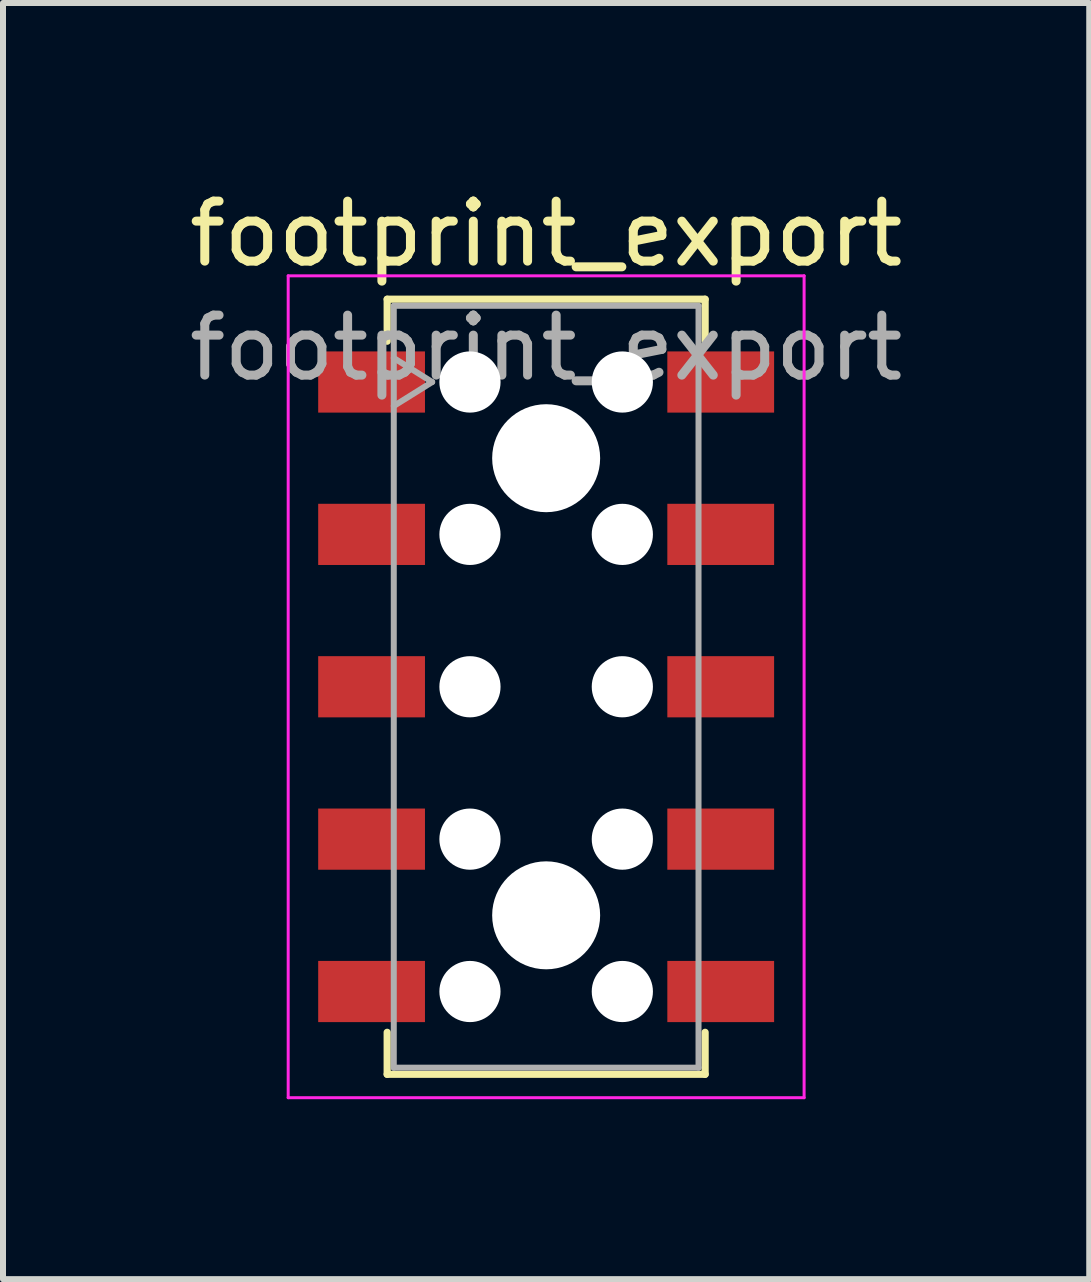
<source format=kicad_pcb>
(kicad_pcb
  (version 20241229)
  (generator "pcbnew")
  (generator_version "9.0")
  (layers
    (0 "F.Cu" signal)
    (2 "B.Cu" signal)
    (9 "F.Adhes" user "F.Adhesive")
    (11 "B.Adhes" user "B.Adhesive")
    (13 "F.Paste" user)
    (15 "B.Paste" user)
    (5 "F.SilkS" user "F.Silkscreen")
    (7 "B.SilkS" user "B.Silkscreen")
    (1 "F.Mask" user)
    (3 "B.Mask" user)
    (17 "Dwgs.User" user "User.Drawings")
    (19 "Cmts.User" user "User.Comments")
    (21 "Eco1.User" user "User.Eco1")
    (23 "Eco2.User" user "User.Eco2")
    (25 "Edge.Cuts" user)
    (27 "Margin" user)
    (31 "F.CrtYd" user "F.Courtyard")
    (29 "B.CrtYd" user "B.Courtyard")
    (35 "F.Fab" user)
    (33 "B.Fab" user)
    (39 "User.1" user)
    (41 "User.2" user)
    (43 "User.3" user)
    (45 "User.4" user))
  (footprint "footprint_export"
    (layer "F.Cu")
    (at 6.054 8.398)
    (property "Reference" "footprint_export" (at 0 -7.55 0) (layer "F.SilkS") (effects (font (size 1 1) (thickness 0.15))))
    (attr smd)
    (fp_line (start -2.65 -6.46) (end 2.65 -6.46) (stroke (width 0.12) (type solid)) (layer "F.SilkS"))
    (fp_line (start -2.65 -5.76) (end -2.65 -6.46) (stroke (width 0.12) (type solid)) (layer "F.SilkS"))
    (fp_line (start -2.65 5.76) (end -2.65 6.46) (stroke (width 0.12) (type solid)) (layer "F.SilkS"))
    (fp_line (start -2.65 6.46) (end 2.65 6.46) (stroke (width 0.12) (type solid)) (layer "F.SilkS"))
    (fp_line (start 2.65 -6.46) (end 2.65 -5.76) (stroke (width 0.12) (type solid)) (layer "F.SilkS"))
    (fp_line (start 2.65 6.46) (end 2.65 5.76) (stroke (width 0.12) (type solid)) (layer "F.SilkS"))
    (fp_line (start -4.3 -6.85) (end 4.3 -6.85) (stroke (width 0.05) (type solid)) (layer "F.CrtYd"))
    (fp_line (start -4.3 6.85) (end -4.3 -6.85) (stroke (width 0.05) (type solid)) (layer "F.CrtYd"))
    (fp_line (start 4.3 -6.85) (end 4.3 6.85) (stroke (width 0.05) (type solid)) (layer "F.CrtYd"))
    (fp_line (start 4.3 6.85) (end -4.3 6.85) (stroke (width 0.05) (type solid)) (layer "F.CrtYd"))
    (fp_line (start -2.54 -6.35) (end 2.54 -6.35) (stroke (width 0.1) (type solid)) (layer "F.Fab"))
    (fp_line (start -2.54 -5.48) (end -1.9 -5.08) (stroke (width 0.1) (type solid)) (layer "F.Fab"))
    (fp_line (start -2.54 6.35) (end -2.54 -6.35) (stroke (width 0.1) (type solid)) (layer "F.Fab"))
    (fp_line (start -1.9 -5.08) (end -2.54 -4.68) (stroke (width 0.1) (type solid)) (layer "F.Fab"))
    (fp_line (start 2.54 -6.35) (end 2.54 6.35) (stroke (width 0.1) (type solid)) (layer "F.Fab"))
    (fp_line (start 2.54 6.35) (end -2.54 6.35) (stroke (width 0.1) (type solid)) (layer "F.Fab"))
    (fp_text user "${REFERENCE}" (at 0 -5.65 0) (layer "F.Fab") (effects (font (size 1 1) (thickness 0.15))))
    (pad "" np_thru_hole circle (at -1.27 -5.08) (size 1.02 1.02) (drill 1.02) (layers "*.Cu" "*.Mask"))
    (pad "" np_thru_hole circle (at -1.27 -2.54) (size 1.02 1.02) (drill 1.02) (layers "*.Cu" "*.Mask"))
    (pad "" np_thru_hole circle (at -1.27 0) (size 1.02 1.02) (drill 1.02) (layers "*.Cu" "*.Mask"))
    (pad "" np_thru_hole circle (at -1.27 2.54) (size 1.02 1.02) (drill 1.02) (layers "*.Cu" "*.Mask"))
    (pad "" np_thru_hole circle (at -1.27 5.08) (size 1.02 1.02) (drill 1.02) (layers "*.Cu" "*.Mask"))
    (pad "" np_thru_hole circle (at 0 -3.81) (size 1.8 1.8) (drill 1.8) (layers "*.Cu" "*.Mask"))
    (pad "" np_thru_hole circle (at 0 3.81) (size 1.8 1.8) (drill 1.8) (layers "*.Cu" "*.Mask"))
    (pad "" np_thru_hole circle (at 1.27 -5.08) (size 1.02 1.02) (drill 1.02) (layers "*.Cu" "*.Mask"))
    (pad "" np_thru_hole circle (at 1.27 -2.54) (size 1.02 1.02) (drill 1.02) (layers "*.Cu" "*.Mask"))
    (pad "" np_thru_hole circle (at 1.27 0) (size 1.02 1.02) (drill 1.02) (layers "*.Cu" "*.Mask"))
    (pad "" np_thru_hole circle (at 1.27 2.54) (size 1.02 1.02) (drill 1.02) (layers "*.Cu" "*.Mask"))
    (pad "" np_thru_hole circle (at 1.27 5.08) (size 1.02 1.02) (drill 1.02) (layers "*.Cu" "*.Mask"))
    (pad "1" smd rect (at -2.91 -5.08) (size 1.78 1.02) (layers "F.Cu" "F.Mask" "F.Paste"))
    (pad "2" smd rect (at -2.91 -2.54) (size 1.78 1.02) (layers "F.Cu" "F.Mask" "F.Paste"))
    (pad "3" smd rect (at -2.91 0) (size 1.78 1.02) (layers "F.Cu" "F.Mask" "F.Paste"))
    (pad "4" smd rect (at -2.91 2.54) (size 1.78 1.02) (layers "F.Cu" "F.Mask" "F.Paste"))
    (pad "5" smd rect (at -2.91 5.08) (size 1.78 1.02) (layers "F.Cu" "F.Mask" "F.Paste"))
    (pad "6" smd rect (at 2.91 -5.08) (size 1.78 1.02) (layers "F.Cu" "F.Mask" "F.Paste"))
    (pad "7" smd rect (at 2.91 -2.54) (size 1.78 1.02) (layers "F.Cu" "F.Mask" "F.Paste"))
    (pad "8" smd rect (at 2.91 0) (size 1.78 1.02) (layers "F.Cu" "F.Mask" "F.Paste"))
    (pad "9" smd rect (at 2.91 2.54) (size 1.78 1.02) (layers "F.Cu" "F.Mask" "F.Paste"))
    (pad "10" smd rect (at 2.91 5.08) (size 1.78 1.02) (layers "F.Cu" "F.Mask" "F.Paste")))
  (gr_rect
    (start -3 -3)
    (end 15.107 18.273)
    (stroke (width 0.1) (type default))
    (fill no)
    (layer "Edge.Cuts")))
</source>
